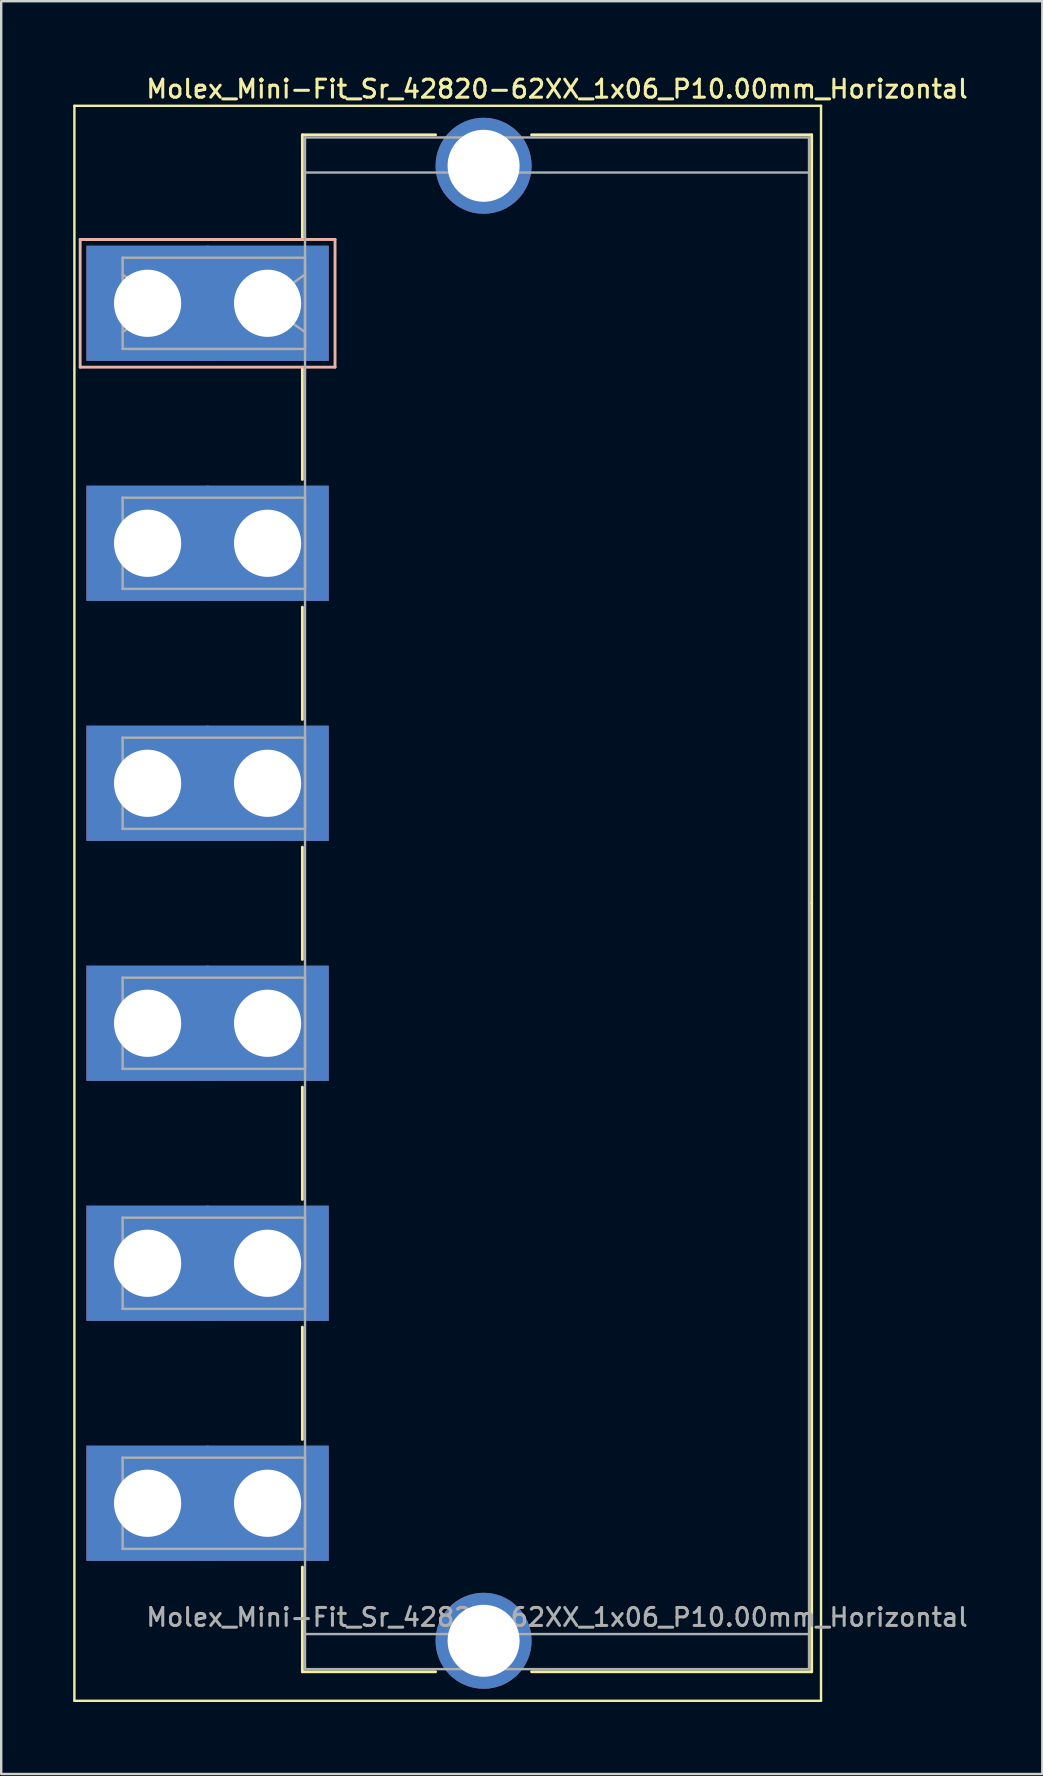
<source format=kicad_pcb>
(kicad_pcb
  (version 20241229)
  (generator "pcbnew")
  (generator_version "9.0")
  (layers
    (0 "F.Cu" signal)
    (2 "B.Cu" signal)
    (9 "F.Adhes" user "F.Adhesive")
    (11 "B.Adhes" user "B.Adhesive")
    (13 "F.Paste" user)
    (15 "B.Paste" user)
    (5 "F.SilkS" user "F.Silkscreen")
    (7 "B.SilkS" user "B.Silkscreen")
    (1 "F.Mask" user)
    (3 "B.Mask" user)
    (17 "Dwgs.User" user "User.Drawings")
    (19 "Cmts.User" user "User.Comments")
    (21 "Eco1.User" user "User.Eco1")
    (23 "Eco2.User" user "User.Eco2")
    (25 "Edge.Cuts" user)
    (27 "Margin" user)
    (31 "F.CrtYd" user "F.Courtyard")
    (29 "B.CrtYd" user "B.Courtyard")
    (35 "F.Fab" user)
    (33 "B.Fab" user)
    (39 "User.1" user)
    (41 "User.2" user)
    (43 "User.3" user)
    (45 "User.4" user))
  (footprint "Molex_Mini-Fit_Sr_42820-62XX_1x06_P10.00mm_Horizontal"
    (layer "F.Cu")
    (at 3.1 9.588)
    (property "Reference" "Molex_Mini-Fit_Sr_42820-62XX_1x06_P10.00mm_Horizontal" (at 17.06 -8.93 0) (layer "F.SilkS") (effects (font (size 0.75 0.75) (thickness 0.125))))
    (attr through_hole)
    (fp_line (start -3.05 -8.23) (end -3.05 58.23) (stroke (width 0.1) (type solid)) (layer "F.SilkS"))
    (fp_line (start -3.05 58.23) (end 28.06 58.23) (stroke (width 0.1) (type solid)) (layer "F.SilkS"))
    (fp_line (start 6.45 -7.02) (end 12 -7.02) (stroke (width 0.12) (type solid)) (layer "F.SilkS"))
    (fp_line (start 6.45 -2.66) (end -2.55 -2.66) (stroke (width 0.12) (type solid)) (layer "F.SilkS"))
    (fp_line (start 6.45 -2.66) (end 6.45 -7.02) (stroke (width 0.12) (type solid)) (layer "F.SilkS"))
    (fp_line (start 6.45 2.66) (end 6.45 7.34) (stroke (width 0.12) (type solid)) (layer "F.SilkS"))
    (fp_line (start 6.45 12.66) (end 6.45 17.34) (stroke (width 0.12) (type solid)) (layer "F.SilkS"))
    (fp_line (start 6.45 22.66) (end 6.45 27.34) (stroke (width 0.12) (type solid)) (layer "F.SilkS"))
    (fp_line (start 6.45 32.66) (end 6.45 37.34) (stroke (width 0.12) (type solid)) (layer "F.SilkS"))
    (fp_line (start 6.45 42.66) (end 6.45 47.34) (stroke (width 0.12) (type solid)) (layer "F.SilkS"))
    (fp_line (start 6.45 52.66) (end 6.45 57.02) (stroke (width 0.12) (type solid)) (layer "F.SilkS"))
    (fp_line (start 6.45 57.02) (end 12 57.02) (stroke (width 0.12) (type solid)) (layer "F.SilkS"))
    (fp_line (start 16 -7.02) (end 27.67 -7.02) (stroke (width 0.12) (type solid)) (layer "F.SilkS"))
    (fp_line (start 16 57.02) (end 27.67 57.02) (stroke (width 0.12) (type solid)) (layer "F.SilkS"))
    (fp_line (start 27.67 -7.02) (end 27.67 25) (stroke (width 0.12) (type solid)) (layer "F.SilkS"))
    (fp_line (start 27.67 57.02) (end 27.67 25) (stroke (width 0.12) (type solid)) (layer "F.SilkS"))
    (fp_line (start 28.06 -8.23) (end -3.05 -8.23) (stroke (width 0.1) (type solid)) (layer "F.SilkS"))
    (fp_line (start 28.06 58.23) (end 28.06 -8.23) (stroke (width 0.1) (type solid)) (layer "F.SilkS"))
    (fp_line (start -2.81 -2.66) (end -2.81 2.66) (stroke (width 0.12) (type solid)) (layer "B.SilkS"))
    (fp_line (start -2.81 2.66) (end 7.81 2.66) (stroke (width 0.12) (type solid)) (layer "B.SilkS"))
    (fp_line (start 7.81 -2.66) (end -2.81 -2.66) (stroke (width 0.12) (type solid)) (layer "B.SilkS"))
    (fp_line (start 7.81 2.66) (end 7.81 -2.66) (stroke (width 0.12) (type solid)) (layer "B.SilkS"))
    (fp_line (start -1.04 -1.9) (end 6.56 -1.9) (stroke (width 0.1) (type solid)) (layer "F.Fab"))
    (fp_line (start -1.04 -1.2) (end 0.657 0) (stroke (width 0.1) (type solid)) (layer "F.Fab"))
    (fp_line (start -1.04 1.9) (end -1.04 -1.9) (stroke (width 0.1) (type solid)) (layer "F.Fab"))
    (fp_line (start -1.04 8.1) (end 6.56 8.1) (stroke (width 0.1) (type solid)) (layer "F.Fab"))
    (fp_line (start -1.04 11.9) (end -1.04 8.1) (stroke (width 0.1) (type solid)) (layer "F.Fab"))
    (fp_line (start -1.04 18.1) (end 6.56 18.1) (stroke (width 0.1) (type solid)) (layer "F.Fab"))
    (fp_line (start -1.04 21.9) (end -1.04 18.1) (stroke (width 0.1) (type solid)) (layer "F.Fab"))
    (fp_line (start -1.04 28.1) (end 6.56 28.1) (stroke (width 0.1) (type solid)) (layer "F.Fab"))
    (fp_line (start -1.04 31.9) (end -1.04 28.1) (stroke (width 0.1) (type solid)) (layer "F.Fab"))
    (fp_line (start -1.04 38.1) (end 6.56 38.1) (stroke (width 0.1) (type solid)) (layer "F.Fab"))
    (fp_line (start -1.04 41.9) (end -1.04 38.1) (stroke (width 0.1) (type solid)) (layer "F.Fab"))
    (fp_line (start -1.04 48.1) (end 6.56 48.1) (stroke (width 0.1) (type solid)) (layer "F.Fab"))
    (fp_line (start -1.04 51.9) (end -1.04 48.1) (stroke (width 0.1) (type solid)) (layer "F.Fab"))
    (fp_line (start 0.657 0) (end -1.04 1.2) (stroke (width 0.1) (type solid)) (layer "F.Fab"))
    (fp_line (start 4.863 0) (end 6.56 1.2) (stroke (width 0.1) (type solid)) (layer "F.Fab"))
    (fp_line (start 6.56 -6.91) (end 6.56 56.91) (stroke (width 0.1) (type solid)) (layer "F.Fab"))
    (fp_line (start 6.56 -5.45) (end 27.56 -5.45) (stroke (width 0.1) (type solid)) (layer "F.Fab"))
    (fp_line (start 6.56 -1.9) (end 6.56 1.9) (stroke (width 0.1) (type solid)) (layer "F.Fab"))
    (fp_line (start 6.56 -1.2) (end 4.863 0) (stroke (width 0.1) (type solid)) (layer "F.Fab"))
    (fp_line (start 6.56 1.9) (end -1.04 1.9) (stroke (width 0.1) (type solid)) (layer "F.Fab"))
    (fp_line (start 6.56 8.1) (end 6.56 11.9) (stroke (width 0.1) (type solid)) (layer "F.Fab"))
    (fp_line (start 6.56 11.9) (end -1.04 11.9) (stroke (width 0.1) (type solid)) (layer "F.Fab"))
    (fp_line (start 6.56 18.1) (end 6.56 21.9) (stroke (width 0.1) (type solid)) (layer "F.Fab"))
    (fp_line (start 6.56 21.9) (end -1.04 21.9) (stroke (width 0.1) (type solid)) (layer "F.Fab"))
    (fp_line (start 6.56 28.1) (end 6.56 31.9) (stroke (width 0.1) (type solid)) (layer "F.Fab"))
    (fp_line (start 6.56 31.9) (end -1.04 31.9) (stroke (width 0.1) (type solid)) (layer "F.Fab"))
    (fp_line (start 6.56 38.1) (end 6.56 41.9) (stroke (width 0.1) (type solid)) (layer "F.Fab"))
    (fp_line (start 6.56 41.9) (end -1.04 41.9) (stroke (width 0.1) (type solid)) (layer "F.Fab"))
    (fp_line (start 6.56 48.1) (end 6.56 51.9) (stroke (width 0.1) (type solid)) (layer "F.Fab"))
    (fp_line (start 6.56 51.9) (end -1.04 51.9) (stroke (width 0.1) (type solid)) (layer "F.Fab"))
    (fp_line (start 6.56 55.45) (end 27.56 55.45) (stroke (width 0.1) (type solid)) (layer "F.Fab"))
    (fp_line (start 6.56 56.91) (end 27.56 56.91) (stroke (width 0.1) (type solid)) (layer "F.Fab"))
    (fp_line (start 27.56 -6.91) (end 6.56 -6.91) (stroke (width 0.1) (type solid)) (layer "F.Fab"))
    (fp_line (start 27.56 56.91) (end 27.56 -6.91) (stroke (width 0.1) (type solid)) (layer "F.Fab"))
    (fp_text user "${REFERENCE}" (at 17.06 54.75 0) (layer "F.Fab") (effects (font (size 0.75 0.75) (thickness 0.125))))
    (pad "" thru_hole circle (at 14 -5.73) (size 4 4) (drill 3) (layers "*.Cu" "*.Mask"))
    (pad "" thru_hole circle (at 14 55.73) (size 4 4) (drill 3) (layers "*.Cu" "*.Mask"))
    (pad "1" thru_hole rect (at 0 0) (size 5.1 4.8) (drill 2.8) (layers "*.Cu" "*.Mask"))
    (pad "1" thru_hole rect (at 5 0) (size 5.1 4.8) (drill 2.8) (layers "*.Cu" "*.Mask"))
    (pad "2" thru_hole rect (at 0 10) (size 5.1 4.8) (drill 2.8) (layers "*.Cu" "*.Mask"))
    (pad "2" thru_hole rect (at 5 10) (size 5.1 4.8) (drill 2.8) (layers "*.Cu" "*.Mask"))
    (pad "3" thru_hole rect (at 0 20) (size 5.1 4.8) (drill 2.8) (layers "*.Cu" "*.Mask"))
    (pad "3" thru_hole rect (at 5 20) (size 5.1 4.8) (drill 2.8) (layers "*.Cu" "*.Mask"))
    (pad "4" thru_hole rect (at 0 30) (size 5.1 4.8) (drill 2.8) (layers "*.Cu" "*.Mask"))
    (pad "4" thru_hole rect (at 5 30) (size 5.1 4.8) (drill 2.8) (layers "*.Cu" "*.Mask"))
    (pad "5" thru_hole rect (at 0 40) (size 5.1 4.8) (drill 2.8) (layers "*.Cu" "*.Mask"))
    (pad "5" thru_hole rect (at 5 40) (size 5.1 4.8) (drill 2.8) (layers "*.Cu" "*.Mask"))
    (pad "6" thru_hole rect (at 0 50) (size 5.1 4.8) (drill 2.8) (layers "*.Cu" "*.Mask"))
    (pad "6" thru_hole rect (at 5 50) (size 5.1 4.8) (drill 2.8) (layers "*.Cu" "*.Mask")))
  (gr_rect
    (start -3 -3)
    (end 40.38 70.868)
    (stroke (width 0.1) (type default))
    (fill no)
    (layer "Edge.Cuts")))
</source>
